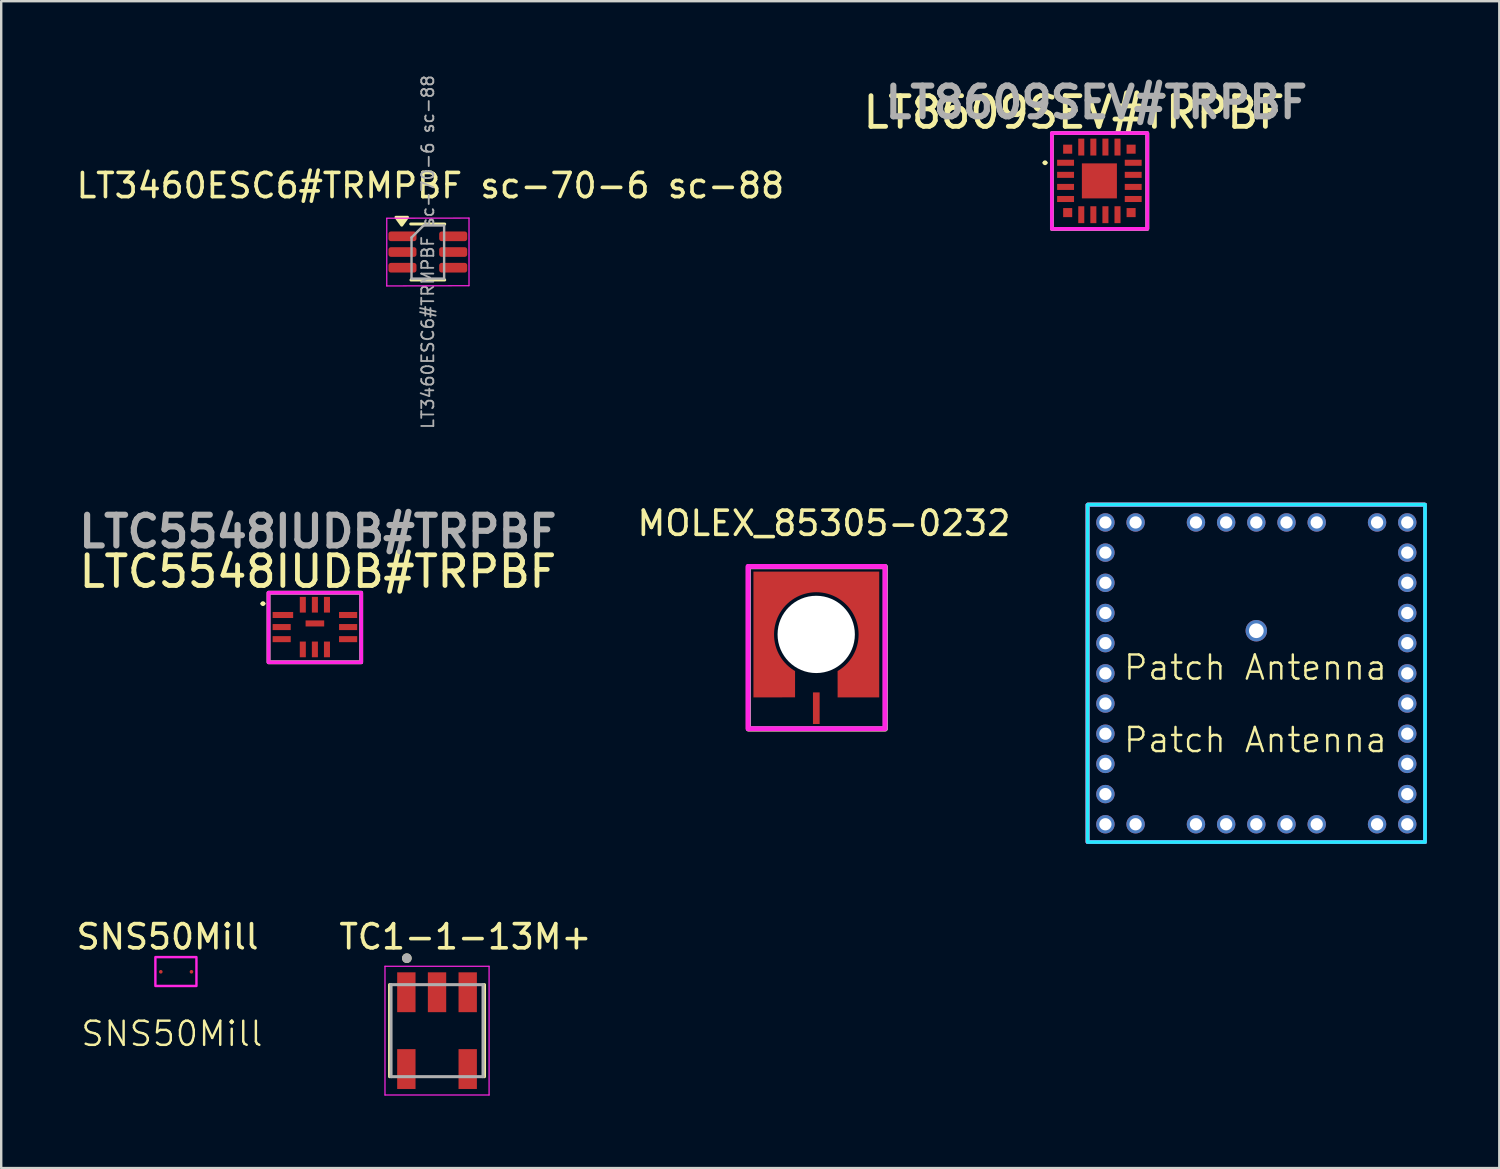
<source format=kicad_pcb>
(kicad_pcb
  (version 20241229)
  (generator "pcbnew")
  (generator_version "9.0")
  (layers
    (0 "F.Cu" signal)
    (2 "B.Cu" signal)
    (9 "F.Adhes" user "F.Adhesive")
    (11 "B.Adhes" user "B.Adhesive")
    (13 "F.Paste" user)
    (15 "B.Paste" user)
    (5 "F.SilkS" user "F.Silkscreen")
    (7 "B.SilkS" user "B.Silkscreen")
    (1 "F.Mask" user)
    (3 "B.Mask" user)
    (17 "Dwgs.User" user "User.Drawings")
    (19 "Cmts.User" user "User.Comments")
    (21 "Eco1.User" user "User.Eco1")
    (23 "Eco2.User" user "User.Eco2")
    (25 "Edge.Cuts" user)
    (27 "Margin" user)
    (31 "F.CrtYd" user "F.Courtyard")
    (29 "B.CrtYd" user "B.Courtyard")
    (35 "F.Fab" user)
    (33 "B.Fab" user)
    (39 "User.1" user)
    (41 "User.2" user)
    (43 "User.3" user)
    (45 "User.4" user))
  (footprint "Patch Antenna"
    (layer "F.Cu")
    (at 48.927 25.088)
    (property "Reference" "Patch Antenna" (at 0 -0.5 0) (unlocked yes) (layer "F.SilkS") (effects (font (size 1 1) (thickness 0.1))))
    (attr through_hole)
    (fp_rect (start -6.95 -7.245) (end 7.02 6.725) (stroke (width 0.15) (type solid)) (fill no) (layer "F.SilkS"))
    (fp_rect (start -6.95 -7.245) (end 7.02 6.725) (stroke (width 0.15) (type solid)) (fill no) (layer "B.SilkS"))
    (fp_rect (start -6.947 -7.245) (end 7.022 6.725) (stroke (width 0.15) (type solid)) (fill no) (layer "B.CrtYd"))
    (fp_rect (start -6.95 -7.245) (end 7.02 6.725) (stroke (width 0.15) (type solid)) (fill no) (layer "F.CrtYd"))
    (fp_rect (start -6.95 -7.245) (end 7.02 6.725) (stroke (width 0.15) (type solid)) (fill no) (layer "B.Fab"))
    (fp_rect (start -6.95 -7.245) (end 7.02 6.725) (stroke (width 0.15) (type solid)) (fill no) (layer "F.Fab"))
    (fp_text user "${REFERENCE}" (at 0 2.5 0) (unlocked yes) (layer "F.SilkS") (effects (font (size 1 1) (thickness 0.1))))
    (pad "0_1" thru_hole circle (at -6.211 -6.508) (size 0.762 0.762) (drill 0.508) (layers "*.Cu"))
    (pad "0_2" thru_hole circle (at -4.961 -6.508) (size 0.762 0.762) (drill 0.508) (layers "*.Cu"))
    (pad "0_3" thru_hole circle (at -2.462 -6.508) (size 0.762 0.762) (drill 0.508) (layers "*.Cu"))
    (pad "0_4" thru_hole circle (at -1.212 -6.508) (size 0.762 0.762) (drill 0.508) (layers "*.Cu"))
    (pad "0_5" thru_hole circle (at 0.037 -6.508) (size 0.762 0.762) (drill 0.508) (layers "*.Cu"))
    (pad "0_6" thru_hole circle (at 1.287 -6.508) (size 0.762 0.762) (drill 0.508) (layers "*.Cu"))
    (pad "0_7" thru_hole circle (at 2.537 -6.508) (size 0.762 0.762) (drill 0.508) (layers "*.Cu"))
    (pad "0_8" thru_hole circle (at 5.036 -6.508) (size 0.762 0.762) (drill 0.508) (layers "*.Cu"))
    (pad "0_9" thru_hole circle (at 6.286 -6.508) (size 0.762 0.762) (drill 0.508) (layers "*.Cu"))
    (pad "0_10" thru_hole circle (at 6.286 -5.259) (size 0.762 0.762) (drill 0.508) (layers "*.Cu"))
    (pad "0_11" thru_hole circle (at 6.286 -4.009) (size 0.762 0.762) (drill 0.508) (layers "*.Cu"))
    (pad "0_12" thru_hole circle (at 6.286 -2.759) (size 0.762 0.762) (drill 0.508) (layers "*.Cu"))
    (pad "0_13" thru_hole circle (at 6.286 -1.51) (size 0.762 0.762) (drill 0.508) (layers "*.Cu"))
    (pad "0_14" thru_hole circle (at 6.286 -0.26) (size 0.762 0.762) (drill 0.508) (layers "*.Cu"))
    (pad "0_15" thru_hole circle (at 6.286 0.99) (size 0.762 0.762) (drill 0.508) (layers "*.Cu"))
    (pad "0_16" thru_hole circle (at 6.286 2.239) (size 0.762 0.762) (drill 0.508) (layers "*.Cu"))
    (pad "0_17" thru_hole circle (at 6.286 3.489) (size 0.762 0.762) (drill 0.508) (layers "*.Cu"))
    (pad "0_18" thru_hole circle (at 6.286 4.739) (size 0.762 0.762) (drill 0.508) (layers "*.Cu"))
    (pad "0_19" thru_hole circle (at 6.286 5.988) (size 0.762 0.762) (drill 0.508) (layers "*.Cu"))
    (pad "0_20" thru_hole circle (at 5.036 5.988) (size 0.762 0.762) (drill 0.508) (layers "*.Cu"))
    (pad "0_21" thru_hole circle (at 2.537 5.988) (size 0.762 0.762) (drill 0.508) (layers "*.Cu"))
    (pad "0_22" thru_hole circle (at 1.287 5.988) (size 0.762 0.762) (drill 0.508) (layers "*.Cu"))
    (pad "0_23" thru_hole circle (at 0.037 5.988) (size 0.762 0.762) (drill 0.508) (layers "*.Cu"))
    (pad "0_24" thru_hole circle (at -1.212 5.988) (size 0.762 0.762) (drill 0.508) (layers "*.Cu"))
    (pad "0_25" thru_hole circle (at -2.462 5.988) (size 0.762 0.762) (drill 0.508) (layers "*.Cu"))
    (pad "0_26" thru_hole circle (at -4.961 5.988) (size 0.762 0.762) (drill 0.508) (layers "*.Cu"))
    (pad "0_27" thru_hole circle (at -6.211 5.988) (size 0.762 0.762) (drill 0.508) (layers "*.Cu"))
    (pad "0_28" thru_hole circle (at -6.211 4.739) (size 0.762 0.762) (drill 0.508) (layers "*.Cu"))
    (pad "0_29" thru_hole circle (at -6.211 3.489) (size 0.762 0.762) (drill 0.508) (layers "*.Cu"))
    (pad "0_30" thru_hole circle (at -6.211 2.239) (size 0.762 0.762) (drill 0.508) (layers "*.Cu"))
    (pad "0_31" thru_hole circle (at -6.211 0.99) (size 0.762 0.762) (drill 0.508) (layers "*.Cu"))
    (pad "0_32" thru_hole circle (at -6.211 -0.26) (size 0.762 0.762) (drill 0.508) (layers "*.Cu"))
    (pad "0_33" thru_hole circle (at -6.211 -1.51) (size 0.762 0.762) (drill 0.508) (layers "*.Cu"))
    (pad "0_34" thru_hole circle (at -6.211 -2.759) (size 0.762 0.762) (drill 0.508) (layers "*.Cu"))
    (pad "0_35" thru_hole circle (at -6.211 -4.009) (size 0.762 0.762) (drill 0.508) (layers "*.Cu"))
    (pad "0_36" thru_hole circle (at -6.211 -5.259) (size 0.762 0.762) (drill 0.508) (layers "*.Cu"))
    (pad "1" thru_hole circle (at 0.037 -2.025) (size 0.889 0.889) (drill 0.61) (layers "*.Cu")))
  (footprint "MOLEX_85305-0232"
    (layer "F.Cu")
    (at 30.738 23.101)
    (property "Reference" "MOLEX_85305-0232" (at 0.325 -4.485 0) (layer "F.SilkS") (effects (font (size 1 1) (thickness 0.15))))
    (fp_rect (start -2.805 -2.685) (end 2.865 4.035) (stroke (width 0.2) (type solid)) (fill no) (layer "F.SilkS"))
    (fp_rect (start -2.82 -2.7) (end 2.85 4.02) (stroke (width 0.2) (type solid)) (fill no) (layer "F.CrtYd"))
    (fp_rect (start -2.805 -2.7) (end 2.865 4.02) (stroke (width 0.2) (type solid)) (fill no) (layer "F.Fab"))
    (pad "" np_thru_hole circle (at 0.005 0.115) (size 3.2 3.2) (drill 3.2) (layers "*.Cu" "*.Mask"))
    (pad "1" smd custom (at -0.015 3.03) (size 0.2 0.2) (layers "F.Cu" "F.Mask" "F.Paste") (options (anchor circle)) (primitives (gr_poly (pts (xy -0.1 -0.07) (xy -0.098 -0.081) (xy -0.091 -0.091) (xy -0.081 -0.098) (xy -0.07 -0.1) (xy 0.07 -0.1) (xy 0.081 -0.098) (xy 0.091 -0.091) (xy 0.098 -0.081) (xy 0.1 -0.07) (xy 0.1 0.07) (xy 0.098 0.081) (xy 0.091 0.091) (xy 0.081 0.098) (xy 0.07 0.1) (xy -0.07 0.1) (xy -0.081 0.098) (xy -0.091 0.091) (xy -0.098 0.081) (xy -0.1 0.07)) (width 0) (fill yes)) (gr_poly (pts (xy -0.11 -0.508) (xy 0.157 -0.508) (xy 0.157 0.788) (xy -0.11 0.788)) (width 0.01) (fill yes))))
    (pad "2" smd custom (at -1.372 1.739) (size 0.2 0.2) (layers "F.Cu" "F.Mask" "F.Paste") (options (anchor rect)) (primitives (gr_poly (pts (xy 0.501 -0.108) (xy 0.501 0.982) (xy -1.222 0.983) (xy -1.222 -4.224) (xy 3.985 -4.224) (xy 3.985 0.983) (xy 2.263 0.983) (arc (start 2.26213 -0.108387) (mid 1.381316 -3.37056) (end 0.500502 -0.108387))) (width 0) (fill yes)))))
  (footprint "LT8609SEV#TRPBF"
    (layer "F.Cu")
    (at 42.467 4.439)
    (property "Reference" "LT8609SEV#TRPBF" (at -1.05 -2.835 0) (layer "F.SilkS") (effects (font (size 1.27 1.27) (thickness 0.2))))
    (attr smd)
    (fp_line (start -2.3 -0.75) (end -2.3 -0.75) (stroke (width 0.1) (type solid)) (layer "F.SilkS"))
    (fp_line (start -2.2 -0.75) (end -2.2 -0.75) (stroke (width 0.1) (type solid)) (layer "F.SilkS"))
    (fp_rect (start -1.97 -1.975) (end 1.985 1.99) (stroke (width 0.15) (type solid)) (fill no) (layer "F.SilkS"))
    (fp_arc (start -2.3 -0.75) (mid -2.25 -0.8) (end -2.2 -0.75) (stroke (width 0.1) (type solid)) (layer "F.SilkS"))
    (fp_arc (start -2.2 -0.75) (mid -2.25 -0.7) (end -2.3 -0.75) (stroke (width 0.1) (type solid)) (layer "F.SilkS"))
    (fp_rect (start -1.97 -1.98) (end 1.985 1.985) (stroke (width 0.15) (type solid)) (fill no) (layer "F.CrtYd"))
    (fp_rect (start -1.97 -1.98) (end 1.985 1.985) (stroke (width 0.15) (type solid)) (fill no) (layer "F.Fab"))
    (fp_text user "${REFERENCE}" (at -0.125 -3.25 0) (layer "F.Fab") (effects (font (size 1.27 1.27) (thickness 0.254))))
    (pad "1" smd rect (at -1.4 -0.75 90) (size 0.25 0.7) (layers "F.Cu" "F.Mask" "F.Paste"))
    (pad "2" smd rect (at -1.4 -0.25 90) (size 0.25 0.7) (layers "F.Cu" "F.Mask" "F.Paste"))
    (pad "3" smd rect (at -1.4 0.25 90) (size 0.25 0.7) (layers "F.Cu" "F.Mask" "F.Paste"))
    (pad "4" smd rect (at -1.4 0.75 90) (size 0.25 0.7) (layers "F.Cu" "F.Mask" "F.Paste"))
    (pad "5" smd rect (at -0.75 1.4) (size 0.25 0.7) (layers "F.Cu" "F.Mask" "F.Paste"))
    (pad "6" smd rect (at -0.25 1.4) (size 0.25 0.7) (layers "F.Cu" "F.Mask" "F.Paste"))
    (pad "7" smd rect (at 0.25 1.4) (size 0.25 0.7) (layers "F.Cu" "F.Mask" "F.Paste"))
    (pad "8" smd rect (at 0.75 1.4) (size 0.25 0.7) (layers "F.Cu" "F.Mask" "F.Paste"))
    (pad "9" smd rect (at 1.4 0.75 90) (size 0.25 0.7) (layers "F.Cu" "F.Mask" "F.Paste"))
    (pad "10" smd rect (at 1.4 0.25 90) (size 0.25 0.7) (layers "F.Cu" "F.Mask" "F.Paste"))
    (pad "11" smd rect (at 1.4 -0.25 90) (size 0.25 0.7) (layers "F.Cu" "F.Mask" "F.Paste"))
    (pad "12" smd rect (at 1.4 -0.75 90) (size 0.25 0.7) (layers "F.Cu" "F.Mask" "F.Paste"))
    (pad "13" smd rect (at 0.75 -1.4) (size 0.25 0.7) (layers "F.Cu" "F.Mask" "F.Paste"))
    (pad "14" smd rect (at 0.25 -1.4) (size 0.25 0.7) (layers "F.Cu" "F.Mask" "F.Paste"))
    (pad "15" smd rect (at -0.25 -1.4) (size 0.25 0.7) (layers "F.Cu" "F.Mask" "F.Paste"))
    (pad "16" smd rect (at -0.75 -1.4) (size 0.25 0.7) (layers "F.Cu" "F.Mask" "F.Paste"))
    (pad "17" smd rect (at 1.313 -1.313) (size 0.375 0.375) (layers "F.Cu" "F.Mask" "F.Paste"))
    (pad "18" smd rect (at -1.313 -1.313) (size 0.375 0.375) (layers "F.Cu" "F.Mask" "F.Paste"))
    (pad "19" smd rect (at -1.313 1.313) (size 0.375 0.375) (layers "F.Cu" "F.Mask" "F.Paste"))
    (pad "20" smd rect (at 1.313 1.313) (size 0.375 0.375) (layers "F.Cu" "F.Mask" "F.Paste"))
    (pad "PAD" smd rect (at 0 0) (size 1.45 1.45) (layers "F.Cu" "F.Mask" "F.Paste")))
  (footprint "LT3460ESC6#TRMPBF sc-70-6 sc-88"
    (layer "F.Cu")
    (at 14.663 7.384)
    (property "Reference" "LT3460ESC6#TRMPBF sc-70-6 sc-88" (at 0.105 -2.75 0) (layer "F.SilkS") (effects (font (size 1 1) (thickness 0.15))))
    (attr smd)
    (fp_line (start -0.71 -1.16) (end 0.7 -1.16) (stroke (width 0.12) (type solid)) (layer "F.SilkS"))
    (fp_line (start -0.7 1.16) (end 0.7 1.16) (stroke (width 0.12) (type solid)) (layer "F.SilkS"))
    (fp_poly (pts (xy -1.08 -1.11) (xy -1.32 -1.44) (xy -0.84 -1.44) (xy -1.08 -1.11)) (stroke (width 0.12) (type solid)) (fill yes) (layer "F.SilkS"))
    (fp_line (start -1.7 -1.4) (end 1.705 -1.405) (stroke (width 0.05) (type solid)) (layer "F.CrtYd"))
    (fp_line (start -1.7 -1.395) (end -1.7 1.405) (stroke (width 0.05) (type solid)) (layer "F.CrtYd"))
    (fp_line (start -1.7 1.405) (end 1.7 1.395) (stroke (width 0.05) (type solid)) (layer "F.CrtYd"))
    (fp_line (start 1.705 1.395) (end 1.705 -1.405) (stroke (width 0.05) (type solid)) (layer "F.CrtYd"))
    (fp_line (start -0.675 -0.6) (end -0.675 1.1) (stroke (width 0.1) (type solid)) (layer "F.Fab"))
    (fp_line (start -0.175 -1.1) (end -0.675 -0.6) (stroke (width 0.1) (type solid)) (layer "F.Fab"))
    (fp_line (start 0.675 -1.1) (end -0.175 -1.1) (stroke (width 0.1) (type solid)) (layer "F.Fab"))
    (fp_line (start 0.675 -1.1) (end 0.675 1.1) (stroke (width 0.1) (type solid)) (layer "F.Fab"))
    (fp_line (start 0.675 1.1) (end -0.675 1.1) (stroke (width 0.1) (type solid)) (layer "F.Fab"))
    (fp_text user "${REFERENCE}" (at 0 0 90) (layer "F.Fab") (effects (font (size 0.5 0.5) (thickness 0.075))))
    (pad "1" smd roundrect (at -1.05 -0.65) (size 1.16 0.4) (layers "F.Cu" "F.Mask" "F.Paste") (roundrect_rratio 0.25))
    (pad "2" smd roundrect (at -1.05 0) (size 1.16 0.4) (layers "F.Cu" "F.Mask" "F.Paste") (roundrect_rratio 0.25))
    (pad "3" smd roundrect (at -1.05 0.65) (size 1.16 0.4) (layers "F.Cu" "F.Mask" "F.Paste") (roundrect_rratio 0.25))
    (pad "4" smd roundrect (at 1.05 0.65) (size 1.16 0.4) (layers "F.Cu" "F.Mask" "F.Paste") (roundrect_rratio 0.25))
    (pad "5" smd roundrect (at 1.05 0) (size 1.16 0.4) (layers "F.Cu" "F.Mask" "F.Paste") (roundrect_rratio 0.25))
    (pad "6" smd roundrect (at 1.05 -0.65) (size 1.16 0.4) (layers "F.Cu" "F.Mask" "F.Paste") (roundrect_rratio 0.25)))
  (footprint "LTC5548IUDB#TRPBF"
    (layer "F.Cu")
    (at 9.987 22.912)
    (property "Reference" "LTC5548IUDB#TRPBF" (at 0.125 -2.3 0) (layer "F.SilkS") (effects (font (size 1.27 1.27) (thickness 0.2))))
    (attr smd)
    (fp_line (start -2.2 -0.97) (end -2.2 -0.97) (stroke (width 0.1) (type solid)) (layer "F.SilkS"))
    (fp_line (start -2.1 -0.97) (end -2.1 -0.97) (stroke (width 0.1) (type solid)) (layer "F.SilkS"))
    (fp_rect (start -1.92 -1.425) (end 1.92 1.46) (stroke (width 0.15) (type solid)) (fill no) (layer "F.SilkS"))
    (fp_arc (start -2.2 -0.97) (mid -2.15 -1.02) (end -2.1 -0.97) (stroke (width 0.1) (type solid)) (layer "F.SilkS"))
    (fp_arc (start -2.1 -0.97) (mid -2.15 -0.92) (end -2.2 -0.97) (stroke (width 0.1) (type solid)) (layer "F.SilkS"))
    (fp_rect (start -1.92 -1.425) (end 1.92 1.46) (stroke (width 0.15) (type solid)) (fill no) (layer "F.CrtYd"))
    (fp_rect (start -1.92 -1.425) (end 1.92 1.46) (stroke (width 0.15) (type solid)) (fill no) (layer "F.Fab"))
    (fp_text user "${REFERENCE}" (at 0.125 -3.955 0) (layer "F.Fab") (effects (font (size 1.27 1.27) (thickness 0.254))))
    (pad "1" smd rect (at -1.325 -0.5 90) (size 0.25 0.85) (layers "F.Cu" "F.Mask" "F.Paste"))
    (pad "2" smd rect (at -1.375 0 90) (size 0.25 0.75) (layers "F.Cu" "F.Mask" "F.Paste"))
    (pad "3" smd rect (at -1.375 0.5 90) (size 0.25 0.75) (layers "F.Cu" "F.Mask" "F.Paste"))
    (pad "4" smd rect (at -0.5 0.925) (size 0.25 0.65) (layers "F.Cu" "F.Mask" "F.Paste"))
    (pad "5" smd rect (at 0 0.925) (size 0.25 0.65) (layers "F.Cu" "F.Mask" "F.Paste"))
    (pad "6" smd rect (at 0.5 0.925) (size 0.25 0.65) (layers "F.Cu" "F.Mask" "F.Paste"))
    (pad "7" smd rect (at 1.375 0.5 90) (size 0.25 0.75) (layers "F.Cu" "F.Mask" "F.Paste"))
    (pad "8" smd rect (at 1.375 0 90) (size 0.25 0.75) (layers "F.Cu" "F.Mask" "F.Paste"))
    (pad "9" smd rect (at 1.375 -0.5 90) (size 0.25 0.75) (layers "F.Cu" "F.Mask" "F.Paste"))
    (pad "10" smd rect (at 0.5 -0.925) (size 0.25 0.65) (layers "F.Cu" "F.Mask" "F.Paste"))
    (pad "11" smd rect (at 0 -0.925) (size 0.25 0.65) (layers "F.Cu" "F.Mask" "F.Paste"))
    (pad "12" smd rect (at -0.5 -0.925) (size 0.25 0.65) (layers "F.Cu" "F.Mask" "F.Paste"))
    (pad "13" smd rect (at 0 -0.15 90) (size 0.25 0.77) (layers "F.Cu" "F.Mask" "F.Paste")))
  (footprint "TC1-1-13M+"
    (layer "F.Cu")
    (at 15.044 39.621)
    (property "Reference" "TC1-1-13M+" (at 1.175 -3.885 0) (layer "F.SilkS") (effects (font (size 1 1) (thickness 0.15))))
    (attr smd)
    (fp_line (start -1.964 1.905) (end -1.964 -1.905) (stroke (width 0.127) (type solid)) (layer "F.SilkS"))
    (fp_line (start 1.964 -1.905) (end 1.964 1.905) (stroke (width 0.127) (type solid)) (layer "F.SilkS"))
    (fp_circle (center -1.25 -3) (end -1.15 -3) (stroke (width 0.2) (type solid)) (fill no) (layer "F.SilkS"))
    (fp_line (start -2.155 -2.665) (end 2.155 -2.665) (stroke (width 0.05) (type solid)) (layer "F.CrtYd"))
    (fp_line (start -2.155 2.665) (end -2.155 -2.665) (stroke (width 0.05) (type solid)) (layer "F.CrtYd"))
    (fp_line (start 2.155 -2.665) (end 2.155 2.665) (stroke (width 0.05) (type solid)) (layer "F.CrtYd"))
    (fp_line (start 2.155 2.665) (end -2.155 2.665) (stroke (width 0.05) (type solid)) (layer "F.CrtYd"))
    (fp_line (start -1.905 -1.905) (end -1.905 1.905) (stroke (width 0.127) (type solid)) (layer "F.Fab"))
    (fp_line (start -1.905 -1.905) (end 1.905 -1.905) (stroke (width 0.127) (type solid)) (layer "F.Fab"))
    (fp_line (start 1.905 -1.905) (end 1.905 1.905) (stroke (width 0.127) (type solid)) (layer "F.Fab"))
    (fp_line (start 1.905 1.905) (end -1.905 1.905) (stroke (width 0.127) (type solid)) (layer "F.Fab"))
    (fp_circle (center -1.25 -3) (end -1.15 -3) (stroke (width 0.2) (type solid)) (fill no) (layer "F.Fab"))
    (pad "1" smd rect (at -1.27 -1.59) (size 0.76 1.65) (layers "F.Cu" "F.Mask" "F.Paste"))
    (pad "2" smd rect (at 0 -1.59) (size 0.76 1.65) (layers "F.Cu" "F.Mask" "F.Paste"))
    (pad "3" smd rect (at 1.27 -1.59) (size 0.76 1.65) (layers "F.Cu" "F.Mask" "F.Paste"))
    (pad "4" smd rect (at 1.27 1.59) (size 0.76 1.65) (layers "F.Cu" "F.Mask" "F.Paste"))
    (pad "6" smd rect (at -1.27 1.59) (size 0.76 1.65) (layers "F.Cu" "F.Mask" "F.Paste")))
  (footprint "SNS50Mill"
    (layer "F.Cu")
    (at 4.068 37.251)
    (property "Reference" "SNS50Mill" (at -0.181 -1.515 0) (unlocked yes) (layer "F.SilkS") (effects (font (size 1 1) (thickness 0.15))))
    (attr smd)
    (fp_rect (start -0.685 -0.675) (end 1.015 0.52) (stroke (width 0.1) (type solid)) (fill no) (layer "F.CrtYd"))
    (fp_text user "${REFERENCE}" (at 0 2.5 0) (unlocked yes) (layer "F.SilkS") (effects (font (size 1 1) (thickness 0.1))))
    (pad "1" smd circle (at -0.461 -0.067) (size 0.15 0.15) (layers "F.Cu" "F.Mask"))
    (pad "2" smd circle (at 0.809 -0.067) (size 0.15 0.15) (layers "F.Cu" "F.Mask"))
    (zone (net_name "") (layer "F.Cu") (hatch edge 0.5) (connect_pads) (min_thickness 0.25) (filled_areas_thickness no) (keepout (tracks not_allowed) (vias not_allowed) (pads not_allowed) (copperpour not_allowed) (footprints not_allowed)) (placement (enabled no)) (fill) (polygon (pts (xy 3.557 37.641) (xy 3.887 37.311) (xy 3.887 37.057) (xy 3.557 36.727) (xy 4.928 36.727) (xy 4.598 37.057) (xy 4.598 37.311) (xy 4.928 37.641)))))
  (gr_rect
    (start -3 -3)
    (end 59.024 45.311)
    (stroke (width 0.1) (type default))
    (fill no)
    (layer "Edge.Cuts")))
</source>
